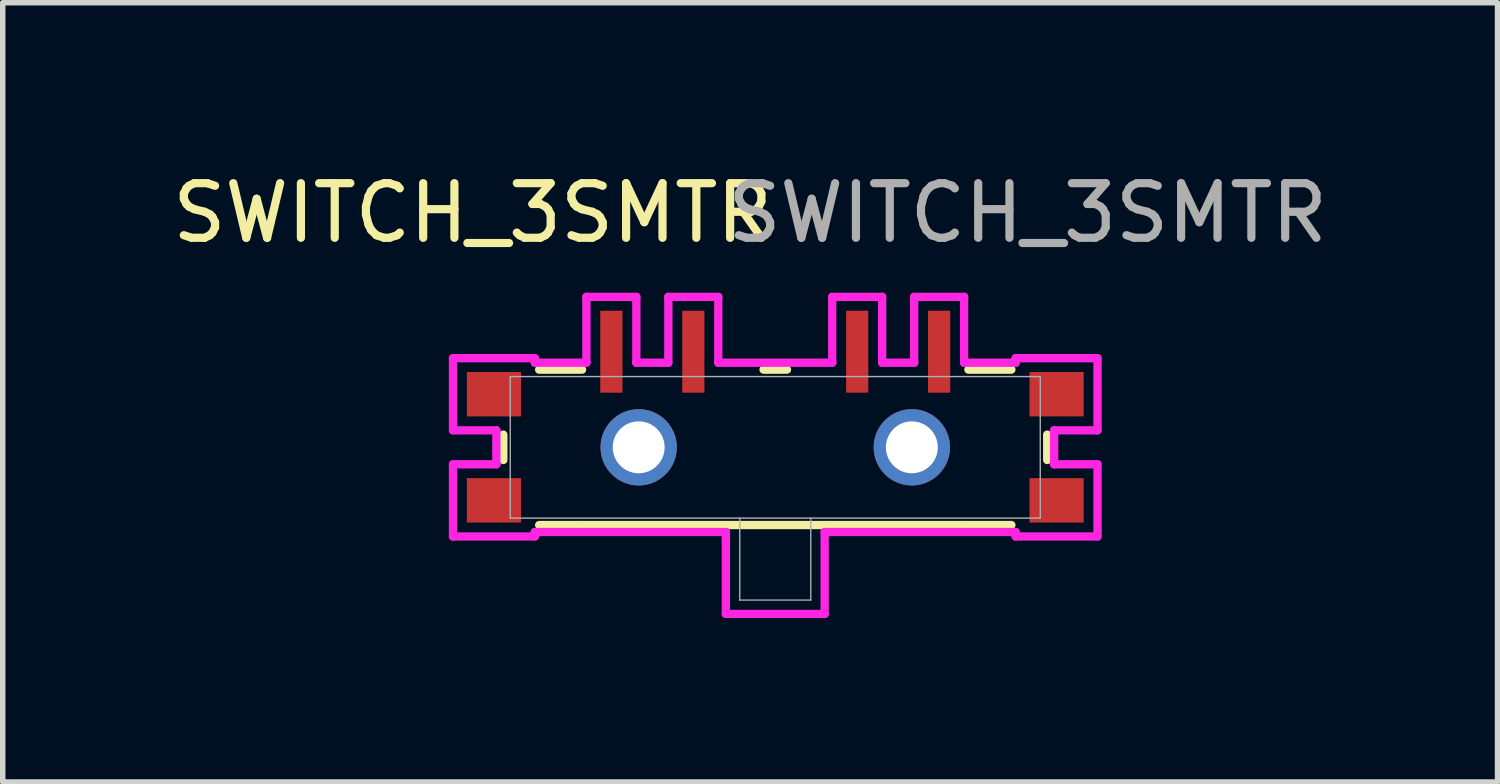
<source format=kicad_pcb>
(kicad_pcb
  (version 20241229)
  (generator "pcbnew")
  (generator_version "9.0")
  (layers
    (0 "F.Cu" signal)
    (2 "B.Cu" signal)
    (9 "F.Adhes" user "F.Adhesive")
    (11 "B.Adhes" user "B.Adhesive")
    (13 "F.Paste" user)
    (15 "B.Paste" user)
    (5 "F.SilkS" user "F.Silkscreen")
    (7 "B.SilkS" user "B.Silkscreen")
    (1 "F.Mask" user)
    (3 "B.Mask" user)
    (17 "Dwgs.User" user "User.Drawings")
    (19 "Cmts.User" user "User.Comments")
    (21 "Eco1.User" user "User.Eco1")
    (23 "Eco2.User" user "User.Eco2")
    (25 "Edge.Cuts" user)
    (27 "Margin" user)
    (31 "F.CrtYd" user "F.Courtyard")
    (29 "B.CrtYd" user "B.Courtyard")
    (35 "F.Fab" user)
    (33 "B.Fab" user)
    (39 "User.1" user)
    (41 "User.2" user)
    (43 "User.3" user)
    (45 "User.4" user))
  (footprint "SWITCH_3SMTR"
    (layer "F.Cu")
    (at 8.141 3.388)
    (property "Reference" "SWITCH_3SMTR" (at -2.54 -2.54 0) (unlocked yes) (layer "F.SilkS") (effects (font (size 1 1) (thickness 0.15))))
    (attr smd)
    (fp_line (start -1.978 1.518) (end -1.978 1.982) (stroke (width 0.152) (type solid)) (layer "F.SilkS"))
    (fp_line (start -1.322 3.173) (end -0.516 3.173) (stroke (width 0.152) (type solid)) (layer "F.SilkS"))
    (fp_line (start -0.536 0.328) (end -1.322 0.328) (stroke (width 0.152) (type solid)) (layer "F.SilkS"))
    (fp_line (start -0.516 3.173) (end 6.516 3.173) (stroke (width 0.152) (type solid)) (layer "F.SilkS"))
    (fp_line (start 3.214 0.328) (end 2.786 0.328) (stroke (width 0.152) (type solid)) (layer "F.SilkS"))
    (fp_line (start 6.516 3.173) (end 7.322 3.173) (stroke (width 0.152) (type solid)) (layer "F.SilkS"))
    (fp_line (start 7.322 0.328) (end 6.536 0.328) (stroke (width 0.152) (type solid)) (layer "F.SilkS"))
    (fp_line (start 7.978 1.982) (end 7.978 1.518) (stroke (width 0.152) (type solid)) (layer "F.SilkS"))
    (fp_line (start -2.899 0.118) (end -2.899 1.439) (stroke (width 0.152) (type solid)) (layer "F.CrtYd"))
    (fp_line (start -2.899 1.439) (end -2.105 1.439) (stroke (width 0.152) (type solid)) (layer "F.CrtYd"))
    (fp_line (start -2.899 2.061) (end -2.899 3.382) (stroke (width 0.152) (type solid)) (layer "F.CrtYd"))
    (fp_line (start -2.899 3.382) (end -1.401 3.382) (stroke (width 0.152) (type solid)) (layer "F.CrtYd"))
    (fp_line (start -2.105 1.439) (end -2.105 2.061) (stroke (width 0.152) (type solid)) (layer "F.CrtYd"))
    (fp_line (start -2.105 2.061) (end -2.899 2.061) (stroke (width 0.152) (type solid)) (layer "F.CrtYd"))
    (fp_line (start -1.401 0.118) (end -2.899 0.118) (stroke (width 0.152) (type solid)) (layer "F.CrtYd"))
    (fp_line (start -1.401 0.201) (end -1.401 0.118) (stroke (width 0.152) (type solid)) (layer "F.CrtYd"))
    (fp_line (start -1.401 3.3) (end 2.096 3.3) (stroke (width 0.152) (type solid)) (layer "F.CrtYd"))
    (fp_line (start -1.401 3.382) (end -1.401 3.3) (stroke (width 0.152) (type solid)) (layer "F.CrtYd"))
    (fp_line (start -0.457 -1.004) (end -0.457 0.201) (stroke (width 0.152) (type solid)) (layer "F.CrtYd"))
    (fp_line (start -0.457 0.201) (end -1.401 0.201) (stroke (width 0.152) (type solid)) (layer "F.CrtYd"))
    (fp_line (start 0.457 -1.004) (end -0.457 -1.004) (stroke (width 0.152) (type solid)) (layer "F.CrtYd"))
    (fp_line (start 0.457 0.201) (end 0.457 -1.004) (stroke (width 0.152) (type solid)) (layer "F.CrtYd"))
    (fp_line (start 1.043 -1.004) (end 1.043 0.201) (stroke (width 0.152) (type solid)) (layer "F.CrtYd"))
    (fp_line (start 1.043 0.201) (end 0.457 0.201) (stroke (width 0.152) (type solid)) (layer "F.CrtYd"))
    (fp_line (start 1.957 -1.004) (end 1.043 -1.004) (stroke (width 0.152) (type solid)) (layer "F.CrtYd"))
    (fp_line (start 1.957 0.201) (end 1.957 -1.004) (stroke (width 0.152) (type solid)) (layer "F.CrtYd"))
    (fp_line (start 2.096 3.3) (end 2.096 4.8) (stroke (width 0.152) (type solid)) (layer "F.CrtYd"))
    (fp_line (start 2.096 4.8) (end 3.904 4.8) (stroke (width 0.152) (type solid)) (layer "F.CrtYd"))
    (fp_line (start 3.904 3.3) (end 7.401 3.3) (stroke (width 0.152) (type solid)) (layer "F.CrtYd"))
    (fp_line (start 3.904 4.8) (end 3.904 3.3) (stroke (width 0.152) (type solid)) (layer "F.CrtYd"))
    (fp_line (start 4.043 -1.004) (end 4.043 0.201) (stroke (width 0.152) (type solid)) (layer "F.CrtYd"))
    (fp_line (start 4.043 0.201) (end 1.957 0.201) (stroke (width 0.152) (type solid)) (layer "F.CrtYd"))
    (fp_line (start 4.957 -1.004) (end 4.043 -1.004) (stroke (width 0.152) (type solid)) (layer "F.CrtYd"))
    (fp_line (start 4.957 0.201) (end 4.957 -1.004) (stroke (width 0.152) (type solid)) (layer "F.CrtYd"))
    (fp_line (start 5.543 -1.004) (end 5.543 0.201) (stroke (width 0.152) (type solid)) (layer "F.CrtYd"))
    (fp_line (start 5.543 0.201) (end 4.957 0.201) (stroke (width 0.152) (type solid)) (layer "F.CrtYd"))
    (fp_line (start 6.457 -1.004) (end 5.543 -1.004) (stroke (width 0.152) (type solid)) (layer "F.CrtYd"))
    (fp_line (start 6.457 0.201) (end 6.457 -1.004) (stroke (width 0.152) (type solid)) (layer "F.CrtYd"))
    (fp_line (start 7.401 0.118) (end 7.401 0.201) (stroke (width 0.152) (type solid)) (layer "F.CrtYd"))
    (fp_line (start 7.401 0.201) (end 6.457 0.201) (stroke (width 0.152) (type solid)) (layer "F.CrtYd"))
    (fp_line (start 7.401 3.3) (end 7.401 3.382) (stroke (width 0.152) (type solid)) (layer "F.CrtYd"))
    (fp_line (start 7.401 3.382) (end 8.899 3.382) (stroke (width 0.152) (type solid)) (layer "F.CrtYd"))
    (fp_line (start 8.105 1.439) (end 8.899 1.439) (stroke (width 0.152) (type solid)) (layer "F.CrtYd"))
    (fp_line (start 8.105 2.061) (end 8.105 1.439) (stroke (width 0.152) (type solid)) (layer "F.CrtYd"))
    (fp_line (start 8.899 0.118) (end 7.401 0.118) (stroke (width 0.152) (type solid)) (layer "F.CrtYd"))
    (fp_line (start 8.899 1.439) (end 8.899 0.118) (stroke (width 0.152) (type solid)) (layer "F.CrtYd"))
    (fp_line (start 8.899 2.061) (end 8.105 2.061) (stroke (width 0.152) (type solid)) (layer "F.CrtYd"))
    (fp_line (start 8.899 3.382) (end 8.899 2.061) (stroke (width 0.152) (type solid)) (layer "F.CrtYd"))
    (fp_line (start -1.851 0.455) (end -1.851 3.046) (stroke (width 0.025) (type solid)) (layer "F.Fab"))
    (fp_line (start -1.851 3.046) (end 7.851 3.046) (stroke (width 0.025) (type solid)) (layer "F.Fab"))
    (fp_line (start 2.35 4.546) (end 2.35 3.046) (stroke (width 0.025) (type solid)) (layer "F.Fab"))
    (fp_line (start 3.65 3.046) (end 3.65 4.546) (stroke (width 0.025) (type solid)) (layer "F.Fab"))
    (fp_line (start 3.65 4.546) (end 2.35 4.546) (stroke (width 0.025) (type solid)) (layer "F.Fab"))
    (fp_line (start 7.851 0.455) (end -1.851 0.455) (stroke (width 0.025) (type solid)) (layer "F.Fab"))
    (fp_line (start 7.851 3.046) (end 7.851 0.455) (stroke (width 0.025) (type solid)) (layer "F.Fab"))
    (fp_text user "${REFERENCE}" (at 7.62 -2.54 0) (unlocked yes) (layer "F.Fab") (effects (font (size 1 1) (thickness 0.15))))
    (pad "1" smd rect (at 0 0) (size 0.406 1.5) (layers "F.Cu" "F.Mask" "F.Paste"))
    (pad "2" smd rect (at 1.5 0) (size 0.406 1.5) (layers "F.Cu" "F.Mask" "F.Paste"))
    (pad "3" smd rect (at 4.5 0) (size 0.406 1.5) (layers "F.Cu" "F.Mask" "F.Paste"))
    (pad "4" smd rect (at 6 0) (size 0.406 1.5) (layers "F.Cu" "F.Mask" "F.Paste"))
    (pad "5" smd rect (at -2.15 0.778) (size 0.991 0.813) (layers "F.Cu" "F.Mask" "F.Paste"))
    (pad "6" smd rect (at -2.15 2.721) (size 0.991 0.813) (layers "F.Cu" "F.Mask" "F.Paste"))
    (pad "7" thru_hole circle (at 0.5 1.75) (size 1.397 1.397) (drill 0.95) (layers "*.Cu" "*.Mask"))
    (pad "8" thru_hole circle (at 5.5 1.75) (size 1.397 1.397) (drill 0.95) (layers "*.Cu" "*.Mask"))
    (pad "9" smd rect (at 8.15 0.778) (size 0.991 0.813) (layers "F.Cu" "F.Mask" "F.Paste"))
    (pad "10" smd rect (at 8.15 2.721) (size 0.991 0.813) (layers "F.Cu" "F.Mask" "F.Paste")))
  (gr_rect
    (start -3 -3)
    (end 24.362 11.264)
    (stroke (width 0.1) (type default))
    (fill no)
    (layer "Edge.Cuts")))
</source>
